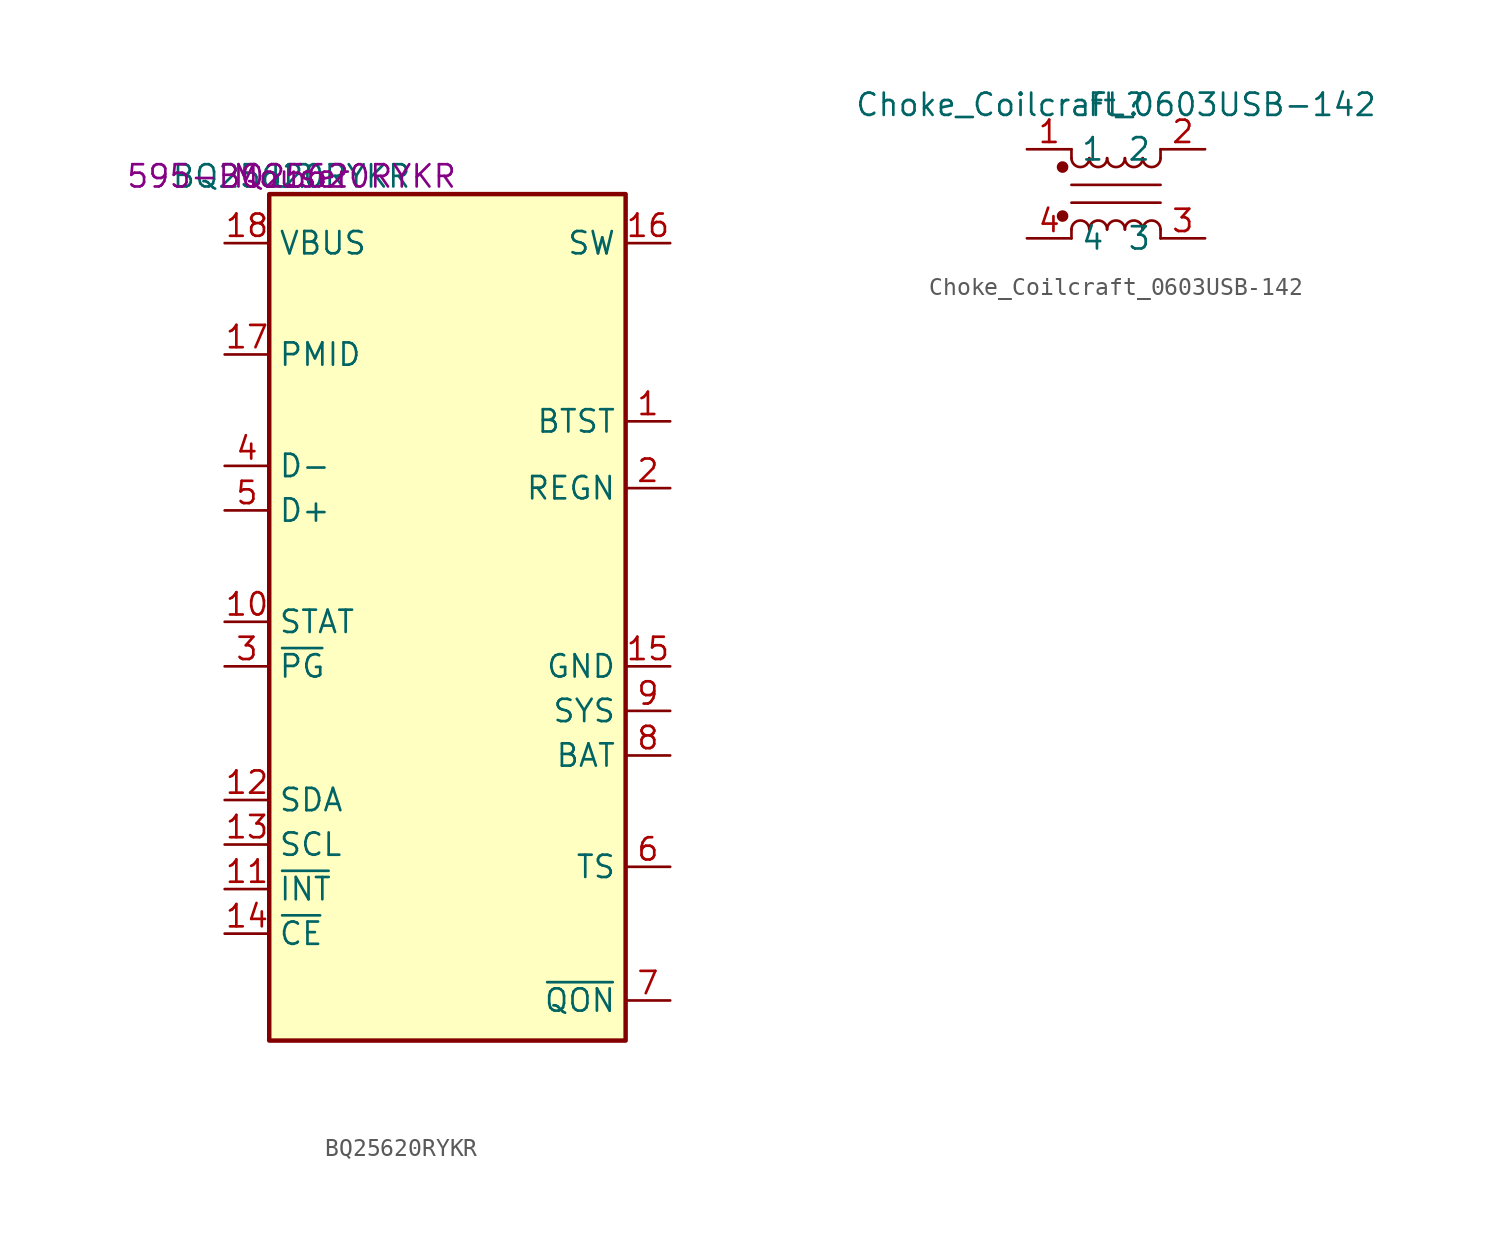
<source format=kicad_sym>
(kicad_symbol_lib
  (version 20231120)
  (generator "kicad_symbol_editor")
  (generator_version "8.0")
  (symbol "BQ25620RYKR"
    (property "Reference" "U"
      (at 0 0 0)
      (effects (font (size 1.27 1.27))))
    (property "Value" "BQ25620RYKR"
      (at 0 0 0)
      (effects (font (size 1.27 1.27))))
    (property "OrderCode" "595-BQ25620RYKR"
      (at 0 0 0)
      (effects (font (size 1.27 1.27))))
    (property "Distributor" "Mouser"
      (at 0 0 0)
      (effects (font (size 1.27 1.27))))
    (symbol "BQ25620RYKR_0_1"
      (rectangle (start -1.27 -1.016) (end 19.05 -49.276) (stroke (width 0.254) (type default)) (fill (type background))))
    (symbol "BQ25620RYKR_1_1"
      (pin power_in line (at 21.59 -13.97 180) (length 2.54) (name "BTST" (effects (font (size 1.27 1.27)))) (number "1" (effects (font (size 1.27 1.27)))))
      (pin output line (at -3.81 -25.4 0) (length 2.54) (name "STAT" (effects (font (size 1.27 1.27)))) (number "10" (effects (font (size 1.27 1.27)))))
      (pin passive line (at -3.81 -40.64 0) (length 2.54) (name "~{INT}" (effects (font (size 1.27 1.27)))) (number "11" (effects (font (size 1.27 1.27)))))
      (pin bidirectional line (at -3.81 -35.56 0) (length 2.54) (name "SDA" (effects (font (size 1.27 1.27)))) (number "12" (effects (font (size 1.27 1.27)))))
      (pin output line (at -3.81 -38.1 0) (length 2.54) (name "SCL" (effects (font (size 1.27 1.27)))) (number "13" (effects (font (size 1.27 1.27)))))
      (pin passive line (at -3.81 -43.18 0) (length 2.54) (name "~{CE}" (effects (font (size 1.27 1.27)))) (number "14" (effects (font (size 1.27 1.27)))))
      (pin passive line (at 21.59 -27.94 180) (length 2.54) (name "GND" (effects (font (size 1.27 1.27)))) (number "15" (effects (font (size 1.27 1.27)))))
      (pin power_in line (at 21.59 -3.81 180) (length 2.54) (name "SW" (effects (font (size 1.27 1.27)))) (number "16" (effects (font (size 1.27 1.27)))))
      (pin power_in line (at -3.81 -10.16 0) (length 2.54) (name "PMID" (effects (font (size 1.27 1.27)))) (number "17" (effects (font (size 1.27 1.27)))))
      (pin power_in line (at -3.81 -3.81 0) (length 2.54) (name "VBUS" (effects (font (size 1.27 1.27)))) (number "18" (effects (font (size 1.27 1.27)))))
      (pin input line (at 21.59 -17.78 180) (length 2.54) (name "REGN" (effects (font (size 1.27 1.27)))) (number "2" (effects (font (size 1.27 1.27)))))
      (pin open_collector line (at -3.81 -27.94 0) (length 2.54) (name "~{PG}" (effects (font (size 1.27 1.27)))) (number "3" (effects (font (size 1.27 1.27)))))
      (pin bidirectional line (at -3.81 -16.51 0) (length 2.54) (name "D-" (effects (font (size 1.27 1.27)))) (number "4" (effects (font (size 1.27 1.27)))))
      (pin bidirectional line (at -3.81 -19.05 0) (length 2.54) (name "D+" (effects (font (size 1.27 1.27)))) (number "5" (effects (font (size 1.27 1.27)))))
      (pin input line (at 21.59 -39.37 180) (length 2.54) (name "TS" (effects (font (size 1.27 1.27)))) (number "6" (effects (font (size 1.27 1.27)))))
      (pin open_collector line (at 21.59 -46.99 180) (length 2.54) (name "~{QON}" (effects (font (size 1.27 1.27)))) (number "7" (effects (font (size 1.27 1.27)))))
      (pin output line (at 21.59 -33.02 180) (length 2.54) (name "BAT" (effects (font (size 1.27 1.27)))) (number "8" (effects (font (size 1.27 1.27)))))
      (pin power_out line (at 21.59 -30.48 180) (length 2.54) (name "SYS" (effects (font (size 1.27 1.27)))) (number "9" (effects (font (size 1.27 1.27)))))))
  (symbol "Choke_Coilcraft_0603USB-142"
    (property "Reference" "FL"
      (at 0 0 0)
      (effects (font (size 1.27 1.27))))
    (property "Value" "Choke_Coilcraft_0603USB-142"
      (at 0 0 0)
      (effects (font (size 1.27 1.27))))
    (symbol "Choke_Coilcraft_0603USB-142_0_1"
      (circle (center -3.048 -6.35) (radius 0.254) (stroke (width 0) (type default)) (fill (type outline)))
      (circle (center -3.048 -3.556) (radius 0.254) (stroke (width 0) (type default)) (fill (type outline)))
      (arc (start -2.54 -3.048) (mid -2.032 -3.5538) (end -1.524 -3.048) (stroke (width 0) (type default)) (fill (type none)))
      (arc (start -1.524 -7.112) (mid -2.032 -6.6062) (end -2.54 -7.112) (stroke (width 0) (type default)) (fill (type none)))
      (arc (start -1.524 -3.048) (mid -1.016 -3.5538) (end -0.508 -3.048) (stroke (width 0) (type default)) (fill (type none)))
      (arc (start -0.508 -7.112) (mid -1.016 -6.6062) (end -1.524 -7.112) (stroke (width 0) (type default)) (fill (type none)))
      (arc (start -0.508 -3.048) (mid 0 -3.5538) (end 0.508 -3.048) (stroke (width 0) (type default)) (fill (type none)))
      (polyline (pts (xy -2.54 -7.112) (xy -2.54 -7.62)) (stroke (width 0) (type default)) (fill (type none)))
      (polyline (pts (xy -2.54 -4.572) (xy 2.54 -4.572)) (stroke (width 0) (type default)) (fill (type none)))
      (polyline (pts (xy -2.54 -3.048) (xy -2.54 -2.54)) (stroke (width 0) (type default)) (fill (type none)))
      (polyline (pts (xy 2.54 -7.112) (xy 2.54 -7.62)) (stroke (width 0) (type default)) (fill (type none)))
      (polyline (pts (xy 2.54 -5.588) (xy -2.54 -5.588)) (stroke (width 0) (type default)) (fill (type none)))
      (polyline (pts (xy 2.54 -2.54) (xy 2.54 -3.048)) (stroke (width 0) (type default)) (fill (type none)))
      (arc (start 0.508 -7.112) (mid 0 -6.6062) (end -0.508 -7.112) (stroke (width 0) (type default)) (fill (type none)))
      (arc (start 0.508 -3.048) (mid 1.016 -3.5538) (end 1.524 -3.048) (stroke (width 0) (type default)) (fill (type none)))
      (arc (start 1.524 -7.112) (mid 1.016 -6.6062) (end 0.508 -7.112) (stroke (width 0) (type default)) (fill (type none)))
      (arc (start 1.524 -3.048) (mid 2.032 -3.5538) (end 2.54 -3.048) (stroke (width 0) (type default)) (fill (type none)))
      (arc (start 2.54 -7.112) (mid 2.032 -6.6062) (end 1.524 -7.112) (stroke (width 0) (type default)) (fill (type none))))
    (symbol "Choke_Coilcraft_0603USB-142_1_1"
      (pin passive line (at -5.08 -2.54 0) (length 2.54) (name "1" (effects (font (size 1.27 1.27)))) (number "1" (effects (font (size 1.27 1.27)))))
      (pin passive line (at 5.08 -2.54 180) (length 2.54) (name "2" (effects (font (size 1.27 1.27)))) (number "2" (effects (font (size 1.27 1.27)))))
      (pin passive line (at 5.08 -7.62 180) (length 2.54) (name "3" (effects (font (size 1.27 1.27)))) (number "3" (effects (font (size 1.27 1.27)))))
      (pin passive line (at -5.08 -7.62 0) (length 2.54) (name "4" (effects (font (size 1.27 1.27)))) (number "4" (effects (font (size 1.27 1.27))))))))
</source>
